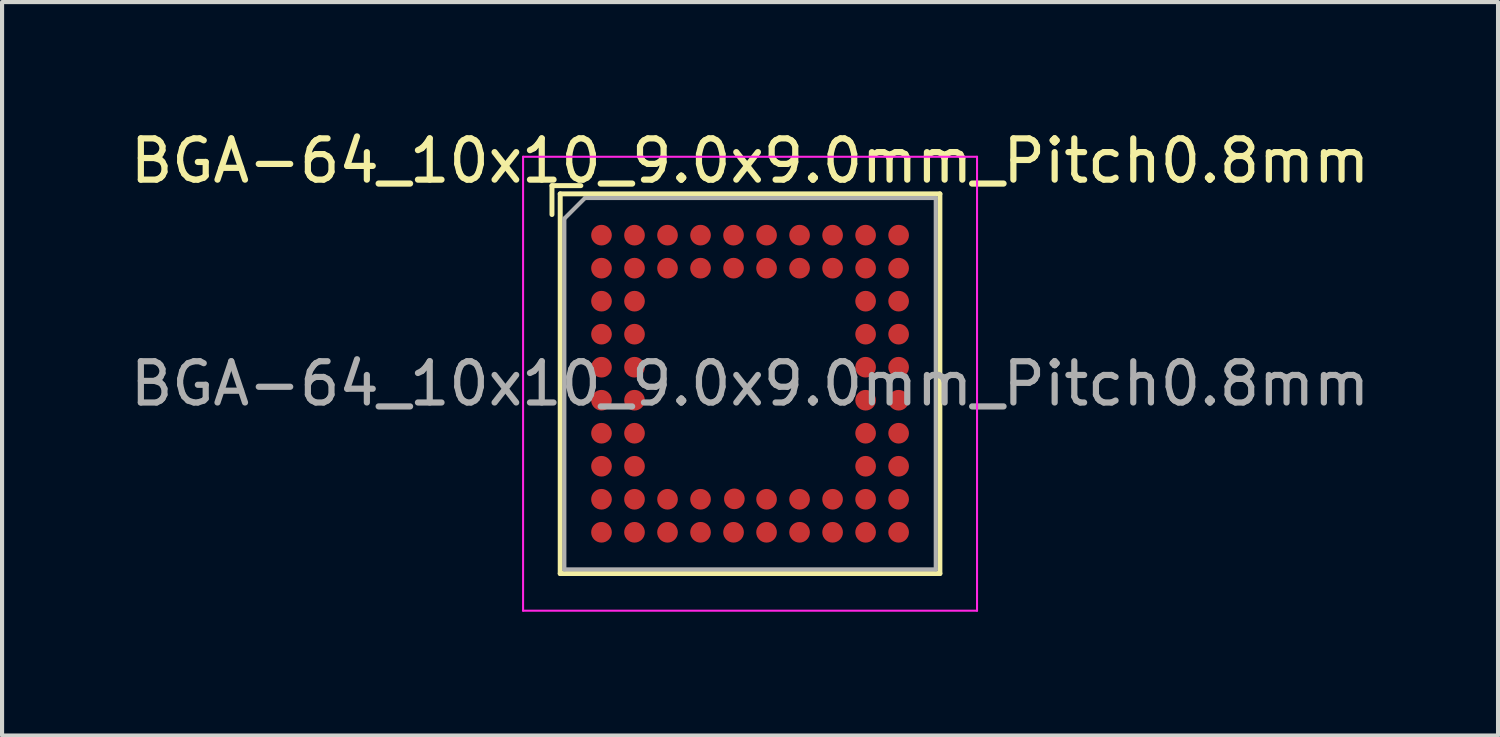
<source format=kicad_pcb>
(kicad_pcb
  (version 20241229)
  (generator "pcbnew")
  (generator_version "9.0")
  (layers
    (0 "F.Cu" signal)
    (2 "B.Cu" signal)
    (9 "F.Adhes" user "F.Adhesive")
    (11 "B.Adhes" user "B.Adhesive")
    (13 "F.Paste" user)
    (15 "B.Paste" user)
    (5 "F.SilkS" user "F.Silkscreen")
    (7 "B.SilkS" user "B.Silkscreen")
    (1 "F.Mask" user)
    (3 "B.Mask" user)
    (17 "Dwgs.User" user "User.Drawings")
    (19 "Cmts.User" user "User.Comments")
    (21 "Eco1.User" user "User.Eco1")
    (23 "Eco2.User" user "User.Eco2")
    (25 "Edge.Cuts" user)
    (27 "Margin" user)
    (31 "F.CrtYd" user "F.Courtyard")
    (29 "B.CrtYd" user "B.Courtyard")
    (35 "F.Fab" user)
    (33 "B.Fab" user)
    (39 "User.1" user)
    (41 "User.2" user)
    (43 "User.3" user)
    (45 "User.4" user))
  (footprint "BGA-64_10x10_9.0x9.0mm_Pitch0.8mm"
    (layer "F.Cu")
    (at 15.125 6.248)
    (property "Reference" "BGA-64_10x10_9.0x9.0mm_Pitch0.8mm" (at 0 -5.4 0) (layer "F.SilkS") (effects (font (size 1 1) (thickness 0.15))))
    (attr smd)
    (fp_line (start -4.8 -4.8) (end -4.1 -4.8) (stroke (width 0.12) (type solid)) (layer "F.SilkS"))
    (fp_line (start -4.8 -4.1) (end -4.8 -4.8) (stroke (width 0.12) (type solid)) (layer "F.SilkS"))
    (fp_line (start -4.6 -4.6) (end -4.6 4.6) (stroke (width 0.12) (type solid)) (layer "F.SilkS"))
    (fp_line (start -4.6 4.6) (end 4.6 4.6) (stroke (width 0.12) (type solid)) (layer "F.SilkS"))
    (fp_line (start 4.6 -4.6) (end -4.6 -4.6) (stroke (width 0.12) (type solid)) (layer "F.SilkS"))
    (fp_line (start 4.6 4.6) (end 4.6 -4.6) (stroke (width 0.12) (type solid)) (layer "F.SilkS"))
    (fp_line (start -5.5 -5.5) (end -5.5 5.5) (stroke (width 0.05) (type solid)) (layer "F.CrtYd"))
    (fp_line (start -5.5 -5.5) (end 5.5 -5.5) (stroke (width 0.05) (type solid)) (layer "F.CrtYd"))
    (fp_line (start 5.5 5.5) (end -5.5 5.5) (stroke (width 0.05) (type solid)) (layer "F.CrtYd"))
    (fp_line (start 5.5 5.5) (end 5.5 -5.5) (stroke (width 0.05) (type solid)) (layer "F.CrtYd"))
    (fp_line (start -4.5 -4) (end -4.5 4.5) (stroke (width 0.1) (type solid)) (layer "F.Fab"))
    (fp_line (start -4.5 4.5) (end 4.5 4.5) (stroke (width 0.1) (type solid)) (layer "F.Fab"))
    (fp_line (start -4 -4.5) (end -4.5 -4) (stroke (width 0.1) (type solid)) (layer "F.Fab"))
    (fp_line (start 4.5 -4.5) (end -4 -4.5) (stroke (width 0.1) (type solid)) (layer "F.Fab"))
    (fp_line (start 4.5 4.5) (end 4.5 -4.5) (stroke (width 0.1) (type solid)) (layer "F.Fab"))
    (fp_text user "${REFERENCE}" (at 0 0 0) (layer "F.Fab") (effects (font (size 1 1) (thickness 0.15))))
    (pad "A1" smd circle (at -3.6 -3.6) (size 0.5 0.5) (layers "F.Cu" "F.Mask" "F.Paste"))
    (pad "A2" smd circle (at -2.8 -3.6) (size 0.5 0.5) (layers "F.Cu" "F.Mask" "F.Paste"))
    (pad "A3" smd circle (at -2 -3.6) (size 0.5 0.5) (layers "F.Cu" "F.Mask" "F.Paste"))
    (pad "A4" smd circle (at -1.2 -3.6) (size 0.5 0.5) (layers "F.Cu" "F.Mask" "F.Paste"))
    (pad "A5" smd circle (at -0.4 -3.6) (size 0.5 0.5) (layers "F.Cu" "F.Mask" "F.Paste"))
    (pad "A6" smd circle (at 0.4 -3.6) (size 0.5 0.5) (layers "F.Cu" "F.Mask" "F.Paste"))
    (pad "A7" smd circle (at 1.2 -3.6) (size 0.5 0.5) (layers "F.Cu" "F.Mask" "F.Paste"))
    (pad "A8" smd circle (at 2 -3.6) (size 0.5 0.5) (layers "F.Cu" "F.Mask" "F.Paste"))
    (pad "A9" smd circle (at 2.8 -3.6) (size 0.5 0.5) (layers "F.Cu" "F.Mask" "F.Paste"))
    (pad "A10" smd circle (at 3.6 -3.6) (size 0.5 0.5) (layers "F.Cu" "F.Mask" "F.Paste"))
    (pad "B1" smd circle (at -3.6 -2.8) (size 0.5 0.5) (layers "F.Cu" "F.Mask" "F.Paste"))
    (pad "B2" smd circle (at -2.8 -2.8) (size 0.5 0.5) (layers "F.Cu" "F.Mask" "F.Paste"))
    (pad "B3" smd circle (at -2 -2.8) (size 0.5 0.5) (layers "F.Cu" "F.Mask" "F.Paste"))
    (pad "B4" smd circle (at -1.2 -2.8) (size 0.5 0.5) (layers "F.Cu" "F.Mask" "F.Paste"))
    (pad "B5" smd circle (at -0.4 -2.8) (size 0.5 0.5) (layers "F.Cu" "F.Mask" "F.Paste"))
    (pad "B6" smd circle (at 0.4 -2.8) (size 0.5 0.5) (layers "F.Cu" "F.Mask" "F.Paste"))
    (pad "B7" smd circle (at 1.2 -2.8) (size 0.5 0.5) (layers "F.Cu" "F.Mask" "F.Paste"))
    (pad "B8" smd circle (at 2 -2.8) (size 0.5 0.5) (layers "F.Cu" "F.Mask" "F.Paste"))
    (pad "B9" smd circle (at 2.8 -2.8) (size 0.5 0.5) (layers "F.Cu" "F.Mask" "F.Paste"))
    (pad "B10" smd circle (at 3.6 -2.8) (size 0.5 0.5) (layers "F.Cu" "F.Mask" "F.Paste"))
    (pad "C1" smd circle (at -3.6 -2) (size 0.5 0.5) (layers "F.Cu" "F.Mask" "F.Paste"))
    (pad "C2" smd circle (at -2.8 -2) (size 0.5 0.5) (layers "F.Cu" "F.Mask" "F.Paste"))
    (pad "C9" smd circle (at 2.8 -2) (size 0.5 0.5) (layers "F.Cu" "F.Mask" "F.Paste"))
    (pad "C10" smd circle (at 3.6 -2) (size 0.5 0.5) (layers "F.Cu" "F.Mask" "F.Paste"))
    (pad "D1" smd circle (at -3.6 -1.2) (size 0.5 0.5) (layers "F.Cu" "F.Mask" "F.Paste"))
    (pad "D2" smd circle (at -2.8 -1.2) (size 0.5 0.5) (layers "F.Cu" "F.Mask" "F.Paste"))
    (pad "D9" smd circle (at 2.8 -1.2) (size 0.5 0.5) (layers "F.Cu" "F.Mask" "F.Paste"))
    (pad "D10" smd circle (at 3.6 -1.2) (size 0.5 0.5) (layers "F.Cu" "F.Mask" "F.Paste"))
    (pad "E1" smd circle (at -3.6 -0.4) (size 0.5 0.5) (layers "F.Cu" "F.Mask" "F.Paste"))
    (pad "E2" smd circle (at -2.8 -0.4) (size 0.5 0.5) (layers "F.Cu" "F.Mask" "F.Paste"))
    (pad "E9" smd circle (at 2.8 -0.4) (size 0.5 0.5) (layers "F.Cu" "F.Mask" "F.Paste"))
    (pad "E10" smd circle (at 3.6 -0.4) (size 0.5 0.5) (layers "F.Cu" "F.Mask" "F.Paste"))
    (pad "F1" smd circle (at -3.6 0.4) (size 0.5 0.5) (layers "F.Cu" "F.Mask" "F.Paste"))
    (pad "F2" smd circle (at -2.8 0.4) (size 0.5 0.5) (layers "F.Cu" "F.Mask" "F.Paste"))
    (pad "F9" smd circle (at 2.8 0.4) (size 0.5 0.5) (layers "F.Cu" "F.Mask" "F.Paste"))
    (pad "F10" smd circle (at 3.6 0.4) (size 0.5 0.5) (layers "F.Cu" "F.Mask" "F.Paste"))
    (pad "G1" smd circle (at -3.6 1.2) (size 0.5 0.5) (layers "F.Cu" "F.Mask" "F.Paste"))
    (pad "G2" smd circle (at -2.8 1.2) (size 0.5 0.5) (layers "F.Cu" "F.Mask" "F.Paste"))
    (pad "G9" smd circle (at 2.8 1.2) (size 0.5 0.5) (layers "F.Cu" "F.Mask" "F.Paste"))
    (pad "G10" smd circle (at 3.6 1.2) (size 0.5 0.5) (layers "F.Cu" "F.Mask" "F.Paste"))
    (pad "H1" smd circle (at -3.6 2) (size 0.5 0.5) (layers "F.Cu" "F.Mask" "F.Paste"))
    (pad "H2" smd circle (at -2.8 2) (size 0.5 0.5) (layers "F.Cu" "F.Mask" "F.Paste"))
    (pad "H9" smd circle (at 2.8 2) (size 0.5 0.5) (layers "F.Cu" "F.Mask" "F.Paste"))
    (pad "H10" smd circle (at 3.6 2) (size 0.5 0.5) (layers "F.Cu" "F.Mask" "F.Paste"))
    (pad "J1" smd circle (at -3.6 2.8) (size 0.5 0.5) (layers "F.Cu" "F.Mask" "F.Paste"))
    (pad "J2" smd circle (at -2.8 2.8) (size 0.5 0.5) (layers "F.Cu" "F.Mask" "F.Paste"))
    (pad "J3" smd circle (at -2 2.8) (size 0.5 0.5) (layers "F.Cu" "F.Mask" "F.Paste"))
    (pad "J4" smd circle (at -1.2 2.8) (size 0.5 0.5) (layers "F.Cu" "F.Mask" "F.Paste"))
    (pad "J5" smd circle (at -0.38 2.79) (size 0.5 0.5) (layers "F.Cu" "F.Mask" "F.Paste"))
    (pad "J6" smd circle (at 0.4 2.8) (size 0.5 0.5) (layers "F.Cu" "F.Mask" "F.Paste"))
    (pad "J7" smd circle (at 1.2 2.8) (size 0.5 0.5) (layers "F.Cu" "F.Mask" "F.Paste"))
    (pad "J8" smd circle (at 2 2.8) (size 0.5 0.5) (layers "F.Cu" "F.Mask" "F.Paste"))
    (pad "J9" smd circle (at 2.8 2.8) (size 0.5 0.5) (layers "F.Cu" "F.Mask" "F.Paste"))
    (pad "J10" smd circle (at 3.6 2.8) (size 0.5 0.5) (layers "F.Cu" "F.Mask" "F.Paste"))
    (pad "K1" smd circle (at -3.6 3.6) (size 0.5 0.5) (layers "F.Cu" "F.Mask" "F.Paste"))
    (pad "K2" smd circle (at -2.8 3.6) (size 0.5 0.5) (layers "F.Cu" "F.Mask" "F.Paste"))
    (pad "K3" smd circle (at -2 3.6) (size 0.5 0.5) (layers "F.Cu" "F.Mask" "F.Paste"))
    (pad "K4" smd circle (at -1.2 3.6) (size 0.5 0.5) (layers "F.Cu" "F.Mask" "F.Paste"))
    (pad "K5" smd circle (at -0.4 3.6) (size 0.5 0.5) (layers "F.Cu" "F.Mask" "F.Paste"))
    (pad "K6" smd circle (at 0.4 3.6) (size 0.5 0.5) (layers "F.Cu" "F.Mask" "F.Paste"))
    (pad "K7" smd circle (at 1.2 3.6) (size 0.5 0.5) (layers "F.Cu" "F.Mask" "F.Paste"))
    (pad "K8" smd circle (at 2 3.6) (size 0.5 0.5) (layers "F.Cu" "F.Mask" "F.Paste"))
    (pad "K9" smd circle (at 2.8 3.6) (size 0.5 0.5) (layers "F.Cu" "F.Mask" "F.Paste"))
    (pad "K10" smd circle (at 3.6 3.6) (size 0.5 0.5) (layers "F.Cu" "F.Mask" "F.Paste")))
  (gr_rect
    (start -3 -3)
    (end 33.25 14.773)
    (stroke (width 0.1) (type default))
    (fill no)
    (layer "Edge.Cuts")))
</source>
